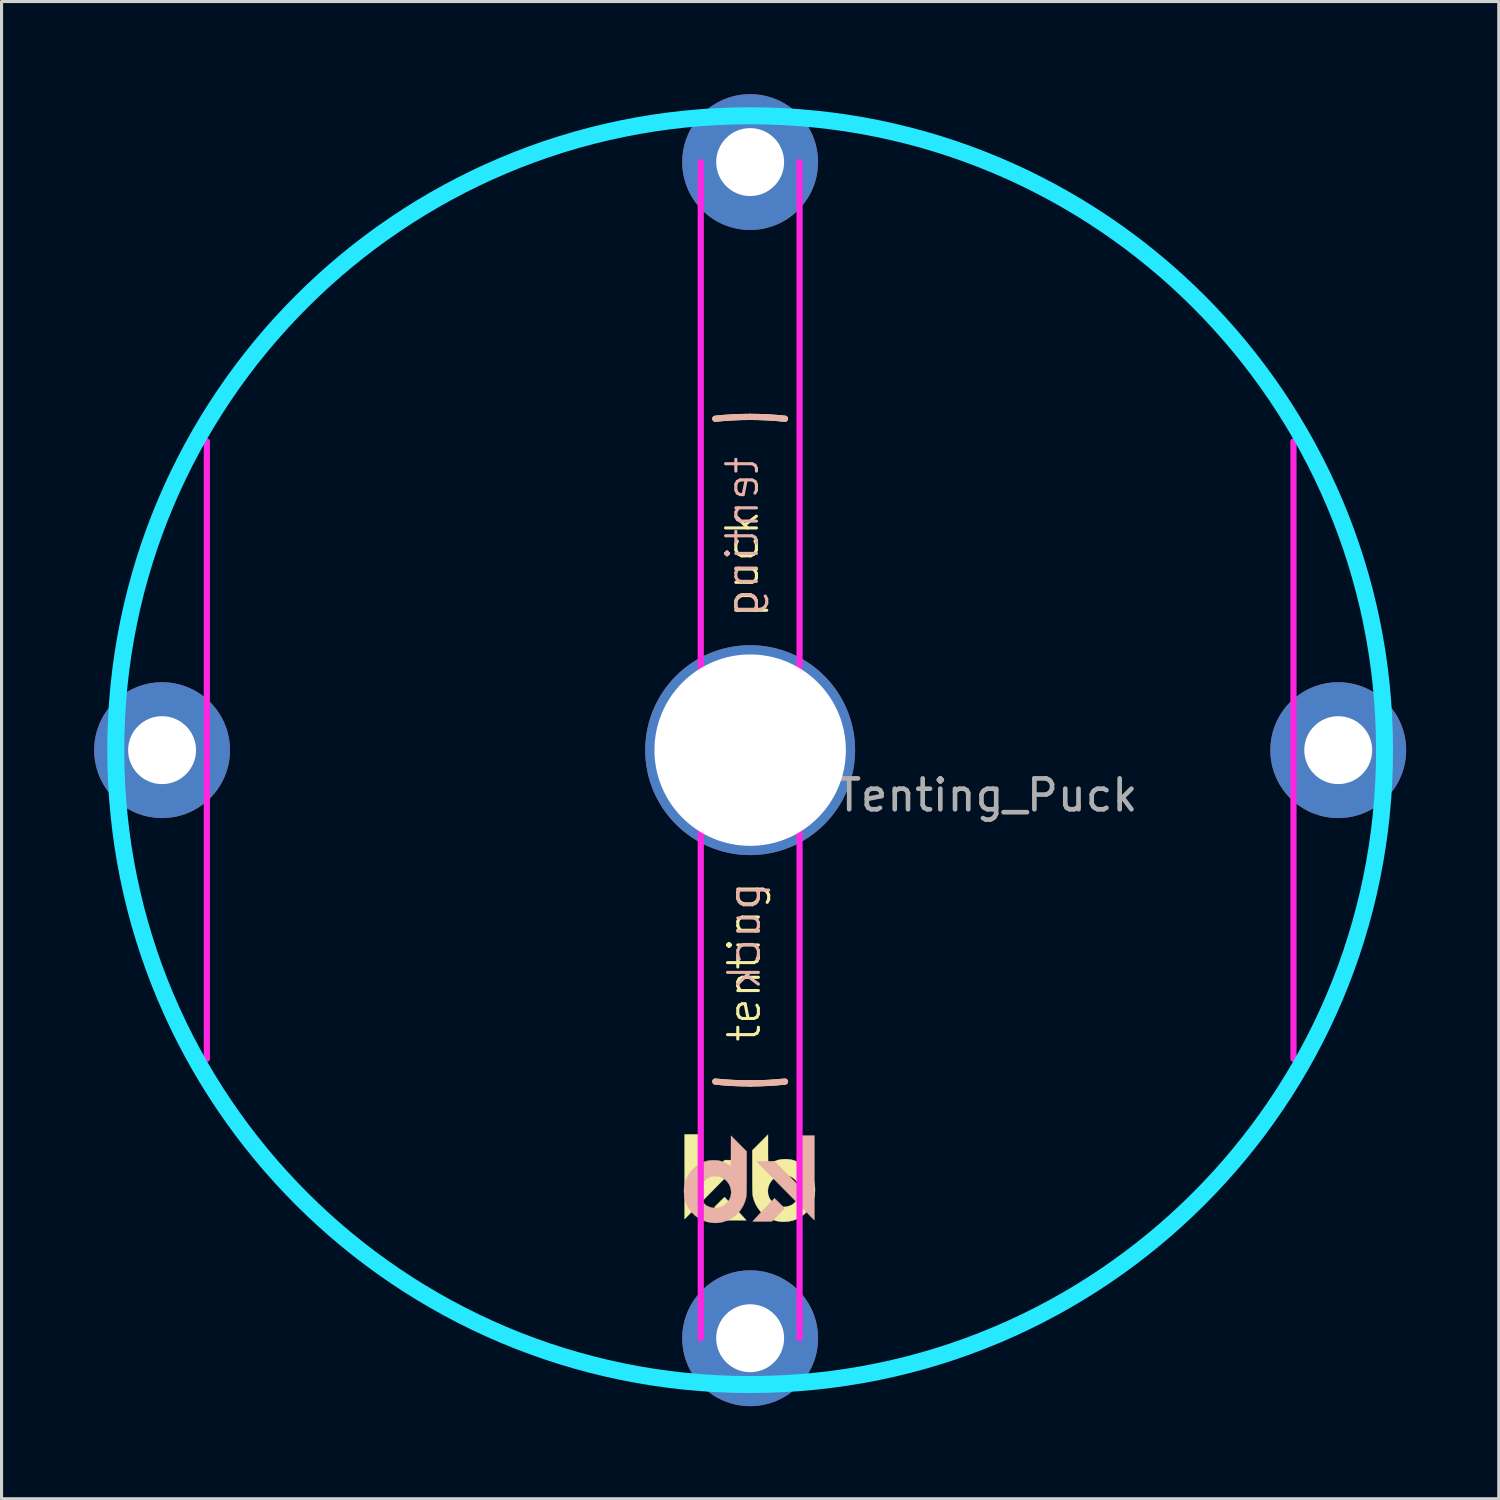
<source format=kicad_pcb>
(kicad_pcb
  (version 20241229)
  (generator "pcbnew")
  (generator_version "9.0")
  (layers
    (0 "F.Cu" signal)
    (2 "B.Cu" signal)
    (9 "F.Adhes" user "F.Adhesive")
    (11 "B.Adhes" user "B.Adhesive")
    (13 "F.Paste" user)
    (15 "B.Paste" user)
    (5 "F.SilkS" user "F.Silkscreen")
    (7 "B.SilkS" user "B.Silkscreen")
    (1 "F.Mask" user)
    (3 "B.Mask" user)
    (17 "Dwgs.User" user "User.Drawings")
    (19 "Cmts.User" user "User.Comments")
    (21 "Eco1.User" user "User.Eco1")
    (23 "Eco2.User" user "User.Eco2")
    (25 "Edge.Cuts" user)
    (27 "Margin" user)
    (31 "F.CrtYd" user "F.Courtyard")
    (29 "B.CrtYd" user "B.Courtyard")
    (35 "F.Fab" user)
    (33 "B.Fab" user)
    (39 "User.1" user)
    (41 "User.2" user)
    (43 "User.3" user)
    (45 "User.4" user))
  (footprint "Tenting_Puck"
    (layer "F.Cu")
    (at 21.25 21.25)
    (property "Reference" "Tenting_Puck" (at 7.684 1.46 0) (layer "F.Fab") (effects (font (size 1 1) (thickness 0.15))))
    (attr through_hole)
    (fp_arc (start -20.32 -2.8575) (mid -19.91151 -4.959786) (end -19.286134 -7.008048) (stroke (width 0.2) (type solid)) (layer "F.SilkS"))
    (fp_arc (start -19.286134 7.008047) (mid -19.91151 4.959786) (end -20.32 2.8575) (stroke (width 0.2) (type solid)) (layer "F.SilkS"))
    (fp_arc (start -7.008048 -19.286134) (mid -4.959786 -19.91151) (end -2.8575 -20.32) (stroke (width 0.2) (type solid)) (layer "F.SilkS"))
    (fp_arc (start -2.8575 20.32) (mid -4.959785 19.91151) (end -7.008046 19.286135) (stroke (width 0.2) (type solid)) (layer "F.SilkS"))
    (fp_arc (start -1.128385 -10.735864) (mid -0.564967 -10.780206) (end 0 -10.795) (stroke (width 0.2) (type solid)) (layer "F.SilkS"))
    (fp_arc (start 0 -10.795) (mid 0.564967 -10.780206) (end 1.128385 -10.735864) (stroke (width 0.2) (type solid)) (layer "F.SilkS"))
    (fp_arc (start 0 10.795) (mid -0.564967 10.780206) (end -1.128385 10.735864) (stroke (width 0.2) (type solid)) (layer "F.SilkS"))
    (fp_arc (start 1.128385 10.735864) (mid 0.564967 10.780206) (end 0 10.795) (stroke (width 0.2) (type solid)) (layer "F.SilkS"))
    (fp_arc (start 2.8575 -20.32) (mid 4.959786 -19.91151) (end 7.008047 -19.286134) (stroke (width 0.2) (type solid)) (layer "F.SilkS"))
    (fp_arc (start 7.008047 19.286134) (mid 4.959786 19.91151) (end 2.8575 20.32) (stroke (width 0.2) (type solid)) (layer "F.SilkS"))
    (fp_arc (start 19.286135 -7.008045) (mid 19.91151 -4.959785) (end 20.32 -2.8575) (stroke (width 0.2) (type solid)) (layer "F.SilkS"))
    (fp_arc (start 20.32 2.8575) (mid 19.91151 4.959785) (end 19.286135 7.008046) (stroke (width 0.2) (type solid)) (layer "F.SilkS"))
    (fp_poly (pts (xy -1.627 14.082) (xy -0.824 13.279) (xy -0.535 13.282) (xy -0.247 13.285) (xy -1.094 14.145) (xy -1.212 14.265) (xy -1.327 14.382) (xy -1.437 14.494) (xy -1.542 14.6) (xy -1.64 14.7) (xy -1.731 14.791) (xy -1.811 14.874) (xy -1.882 14.945) (xy -1.941 15.005) (xy -1.987 15.052) (xy -2.019 15.084) (xy -2.032 15.098) (xy -2.123 15.19) (xy -2.123 12.448) (xy -1.627 12.448) (xy -1.627 14.082)) (stroke (width 0.01) (type solid)) (fill yes) (layer "F.SilkS"))
    (fp_poly (pts (xy -0.82 14.488) (xy -0.797 14.511) (xy -0.763 14.547) (xy -0.719 14.593) (xy -0.666 14.647) (xy -0.609 14.708) (xy -0.547 14.773) (xy -0.483 14.841) (xy -0.42 14.908) (xy -0.359 14.973) (xy -0.302 15.034) (xy -0.251 15.089) (xy -0.208 15.135) (xy -0.175 15.171) (xy -0.154 15.194) (xy -0.152 15.197) (xy -0.124 15.231) (xy -0.744 15.231) (xy -0.917 15.055) (xy -0.971 15) (xy -1.021 14.948) (xy -1.065 14.903) (xy -1.099 14.868) (xy -1.121 14.844) (xy -1.124 14.841) (xy -1.158 14.803) (xy -0.997 14.642) (xy -0.948 14.592) (xy -0.903 14.549) (xy -0.867 14.514) (xy -0.842 14.491) (xy -0.829 14.48) (xy -0.829 14.48) (xy -0.82 14.488)) (stroke (width 0.01) (type solid)) (fill yes) (layer "F.SilkS"))
    (fp_poly (pts (xy 0.578 12.948) (xy 0.578 13.052) (xy 0.579 13.149) (xy 0.58 13.236) (xy 0.581 13.31) (xy 0.582 13.37) (xy 0.583 13.413) (xy 0.585 13.437) (xy 0.586 13.441) (xy 0.598 13.435) (xy 0.623 13.419) (xy 0.647 13.401) (xy 0.762 13.331) (xy 0.884 13.282) (xy 1.014 13.254) (xy 1.153 13.247) (xy 1.171 13.248) (xy 1.261 13.255) (xy 1.337 13.267) (xy 1.409 13.286) (xy 1.484 13.315) (xy 1.554 13.348) (xy 1.682 13.423) (xy 1.795 13.515) (xy 1.892 13.622) (xy 1.972 13.743) (xy 2.033 13.874) (xy 2.076 14.016) (xy 2.099 14.167) (xy 2.102 14.256) (xy 2.092 14.409) (xy 2.061 14.553) (xy 2.008 14.693) (xy 1.95 14.8) (xy 1.865 14.92) (xy 1.763 15.025) (xy 1.648 15.113) (xy 1.521 15.184) (xy 1.385 15.236) (xy 1.241 15.268) (xy 1.093 15.279) (xy 0.993 15.275) (xy 0.848 15.25) (xy 0.707 15.204) (xy 0.574 15.138) (xy 0.452 15.054) (xy 0.343 14.954) (xy 0.335 14.944) (xy 0.254 14.84) (xy 0.184 14.722) (xy 0.129 14.596) (xy 0.092 14.469) (xy 0.083 14.423) (xy 0.08 14.394) (xy 0.078 14.344) (xy 0.076 14.294) (xy 0.573 14.294) (xy 0.583 14.391) (xy 0.614 14.485) (xy 0.642 14.539) (xy 0.709 14.628) (xy 0.789 14.699) (xy 0.878 14.751) (xy 0.975 14.784) (xy 1.076 14.797) (xy 1.18 14.789) (xy 1.253 14.769) (xy 1.296 14.753) (xy 1.337 14.736) (xy 1.353 14.728) (xy 1.398 14.697) (xy 1.448 14.651) (xy 1.496 14.595) (xy 1.537 14.537) (xy 1.559 14.498) (xy 1.579 14.454) (xy 1.591 14.415) (xy 1.599 14.373) (xy 1.603 14.318) (xy 1.603 14.313) (xy 1.6 14.205) (xy 1.577 14.107) (xy 1.534 14.014) (xy 1.516 13.985) (xy 1.451 13.908) (xy 1.372 13.845) (xy 1.283 13.8) (xy 1.186 13.772) (xy 1.085 13.763) (xy 0.984 13.773) (xy 0.885 13.803) (xy 0.871 13.81) (xy 0.783 13.863) (xy 0.709 13.931) (xy 0.65 14.011) (xy 0.607 14.101) (xy 0.581 14.196) (xy 0.573 14.294) (xy 0.076 14.294) (xy 0.076 14.274) (xy 0.074 14.185) (xy 0.072 14.078) (xy 0.071 13.955) (xy 0.071 13.818) (xy 0.071 13.668) (xy 0.071 13.656) (xy 0.07 12.964) (xy 0.578 12.454) (xy 0.578 12.948)) (stroke (width 0.01) (type solid)) (fill yes) (layer "F.SilkS"))
    (fp_arc (start -20.32 -2.8575) (mid -19.91151 -4.959784) (end -19.286136 -7.008044) (stroke (width 0.2) (type solid)) (layer "B.SilkS"))
    (fp_arc (start -19.286135 7.008046) (mid -19.91151 4.959785) (end -20.32 2.8575) (stroke (width 0.2) (type solid)) (layer "B.SilkS"))
    (fp_arc (start -7.008046 -19.286135) (mid -4.959785 -19.91151) (end -2.8575 -20.32) (stroke (width 0.2) (type solid)) (layer "B.SilkS"))
    (fp_arc (start -2.8575 20.32) (mid -4.959785 19.91151) (end -7.008045 19.286135) (stroke (width 0.2) (type solid)) (layer "B.SilkS"))
    (fp_arc (start -1.128385 -10.735864) (mid -0.564967 -10.780206) (end 0 -10.795) (stroke (width 0.2) (type solid)) (layer "B.SilkS"))
    (fp_arc (start 0 -10.795) (mid 0.564967 -10.780206) (end 1.128385 -10.735864) (stroke (width 0.2) (type solid)) (layer "B.SilkS"))
    (fp_arc (start 0 10.795) (mid -0.564967 10.780206) (end -1.128385 10.735864) (stroke (width 0.2) (type solid)) (layer "B.SilkS"))
    (fp_arc (start 1.128385 10.735864) (mid 0.564967 10.780206) (end 0 10.795) (stroke (width 0.2) (type solid)) (layer "B.SilkS"))
    (fp_arc (start 2.8575 -20.32) (mid 4.959787 -19.91151) (end 7.008049 -19.286134) (stroke (width 0.2) (type solid)) (layer "B.SilkS"))
    (fp_arc (start 7.008045 19.286135) (mid 4.959785 19.91151) (end 2.8575 20.32) (stroke (width 0.2) (type solid)) (layer "B.SilkS"))
    (fp_arc (start 19.286134 -7.008048) (mid 19.91151 -4.959786) (end 20.32 -2.8575) (stroke (width 0.2) (type solid)) (layer "B.SilkS"))
    (fp_arc (start 20.32 2.8575) (mid 19.91151 4.959786) (end 19.286134 7.008048) (stroke (width 0.2) (type solid)) (layer "B.SilkS"))
    (fp_poly (pts (xy 1.584 14.118) (xy 0.782 13.315) (xy 0.493 13.318) (xy 0.205 13.322) (xy 1.052 14.182) (xy 1.17 14.301) (xy 1.285 14.418) (xy 1.395 14.53) (xy 1.5 14.637) (xy 1.598 14.736) (xy 1.688 14.828) (xy 1.769 14.91) (xy 1.84 14.981) (xy 1.899 15.041) (xy 1.944 15.088) (xy 1.976 15.12) (xy 1.99 15.134) (xy 2.081 15.226) (xy 2.081 12.484) (xy 1.584 12.484) (xy 1.584 14.118)) (stroke (width 0.01) (type solid)) (fill yes) (layer "B.SilkS"))
    (fp_poly (pts (xy 0.778 14.525) (xy 0.755 14.547) (xy 0.721 14.583) (xy 0.676 14.629) (xy 0.624 14.684) (xy 0.566 14.745) (xy 0.505 14.81) (xy 0.441 14.877) (xy 0.378 14.944) (xy 0.316 15.009) (xy 0.259 15.07) (xy 0.208 15.125) (xy 0.166 15.172) (xy 0.133 15.207) (xy 0.112 15.231) (xy 0.11 15.233) (xy 0.082 15.267) (xy 0.702 15.267) (xy 0.875 15.091) (xy 0.929 15.036) (xy 0.979 14.985) (xy 1.023 14.939) (xy 1.057 14.904) (xy 1.079 14.88) (xy 1.082 14.877) (xy 1.116 14.839) (xy 0.955 14.678) (xy 0.905 14.628) (xy 0.861 14.585) (xy 0.825 14.55) (xy 0.799 14.527) (xy 0.787 14.517) (xy 0.787 14.516) (xy 0.778 14.525)) (stroke (width 0.01) (type solid)) (fill yes) (layer "B.SilkS"))
    (fp_poly (pts (xy -0.621 12.984) (xy -0.621 13.088) (xy -0.621 13.185) (xy -0.622 13.272) (xy -0.623 13.346) (xy -0.624 13.406) (xy -0.625 13.45) (xy -0.627 13.473) (xy -0.628 13.477) (xy -0.64 13.471) (xy -0.665 13.455) (xy -0.689 13.438) (xy -0.804 13.367) (xy -0.926 13.318) (xy -1.057 13.29) (xy -1.196 13.284) (xy -1.214 13.284) (xy -1.303 13.291) (xy -1.38 13.303) (xy -1.451 13.322) (xy -1.526 13.351) (xy -1.596 13.384) (xy -1.724 13.459) (xy -1.837 13.551) (xy -1.934 13.658) (xy -2.014 13.779) (xy -2.076 13.911) (xy -2.118 14.053) (xy -2.141 14.203) (xy -2.145 14.293) (xy -2.134 14.445) (xy -2.103 14.59) (xy -2.05 14.729) (xy -1.993 14.836) (xy -1.907 14.956) (xy -1.805 15.061) (xy -1.69 15.149) (xy -1.563 15.22) (xy -1.427 15.272) (xy -1.283 15.304) (xy -1.135 15.316) (xy -1.035 15.311) (xy -0.89 15.286) (xy -0.75 15.24) (xy -0.616 15.174) (xy -0.494 15.09) (xy -0.386 14.99) (xy -0.377 14.981) (xy -0.296 14.876) (xy -0.226 14.758) (xy -0.171 14.632) (xy -0.134 14.505) (xy -0.125 14.459) (xy -0.122 14.43) (xy -0.12 14.38) (xy -0.118 14.33) (xy -0.615 14.33) (xy -0.625 14.428) (xy -0.656 14.522) (xy -0.684 14.576) (xy -0.751 14.664) (xy -0.831 14.735) (xy -0.92 14.787) (xy -1.017 14.82) (xy -1.119 14.833) (xy -1.222 14.825) (xy -1.295 14.805) (xy -1.338 14.789) (xy -1.379 14.772) (xy -1.395 14.764) (xy -1.441 14.733) (xy -1.49 14.687) (xy -1.538 14.632) (xy -1.579 14.573) (xy -1.601 14.534) (xy -1.621 14.49) (xy -1.634 14.452) (xy -1.641 14.409) (xy -1.645 14.354) (xy -1.646 14.349) (xy -1.642 14.241) (xy -1.619 14.144) (xy -1.576 14.05) (xy -1.558 14.022) (xy -1.493 13.944) (xy -1.415 13.882) (xy -1.325 13.836) (xy -1.228 13.808) (xy -1.127 13.799) (xy -1.026 13.809) (xy -0.927 13.84) (xy -0.913 13.846) (xy -0.825 13.899) (xy -0.751 13.967) (xy -0.692 14.047) (xy -0.649 14.137) (xy -0.623 14.232) (xy -0.615 14.33) (xy -0.118 14.33) (xy -0.118 14.31) (xy -0.116 14.221) (xy -0.115 14.114) (xy -0.114 13.991) (xy -0.113 13.854) (xy -0.113 13.704) (xy -0.113 13.692) (xy -0.113 13) (xy -0.62 12.49) (xy -0.621 12.984)) (stroke (width 0.01) (type solid)) (fill yes) (layer "B.SilkS"))
    (fp_circle (center 0 0) (end 20.55 0) (stroke (width 0.55) (type solid)) (fill no) (layer "B.CrtYd"))
    (fp_line (start -17.6 10) (end -17.6 -10) (stroke (width 0.2) (type solid)) (layer "F.CrtYd"))
    (fp_line (start -1.6 19.05) (end -1.6 -19.05) (stroke (width 0.2) (type solid)) (layer "F.CrtYd"))
    (fp_line (start 1.6 19.05) (end 1.6 -19.05) (stroke (width 0.2) (type solid)) (layer "F.CrtYd"))
    (fp_line (start 17.6 10) (end 17.6 -10) (stroke (width 0.2) (type solid)) (layer "F.CrtYd"))
    (fp_text user "puck" (at -0.254 -6.032 90) (layer "F.SilkS") (effects (font (size 1 1) (thickness 0.1))))
    (fp_text user "tenting" (at -0.191 6.858 90) (layer "F.SilkS") (effects (font (size 1 1) (thickness 0.1))))
    (fp_text user "tenting" (at -0.254 -6.921 90) (layer "B.SilkS") (effects (font (size 1 1) (thickness 0.1)) (justify mirror)))
    (fp_text user "puck" (at -0.191 6.032 90) (unlocked yes) (layer "B.SilkS") (effects (font (size 1 1) (thickness 0.1)) (justify mirror)))
    (pad "" thru_hole circle (at 0 0) (size 6.8 6.8) (drill 6.2) (layers "*.Cu" "*.Mask"))
    (pad "1" thru_hole circle (at -19.05 0) (size 4.4 4.4) (drill 2.2) (layers "*.Cu" "*.Mask"))
    (pad "1" thru_hole circle (at 0 -19.05) (size 4.4 4.4) (drill 2.2) (layers "*.Cu" "*.Mask"))
    (pad "1" thru_hole circle (at 0 19.05) (size 4.4 4.4) (drill 2.2) (layers "*.Cu" "*.Mask"))
    (pad "1" thru_hole circle (at 19.05 0) (size 4.4 4.4) (drill 2.2) (layers "*.Cu" "*.Mask")))
  (gr_rect
    (start -3 -3)
    (end 45.5 45.5)
    (stroke (width 0.1) (type default))
    (fill no)
    (layer "Edge.Cuts")))
</source>
